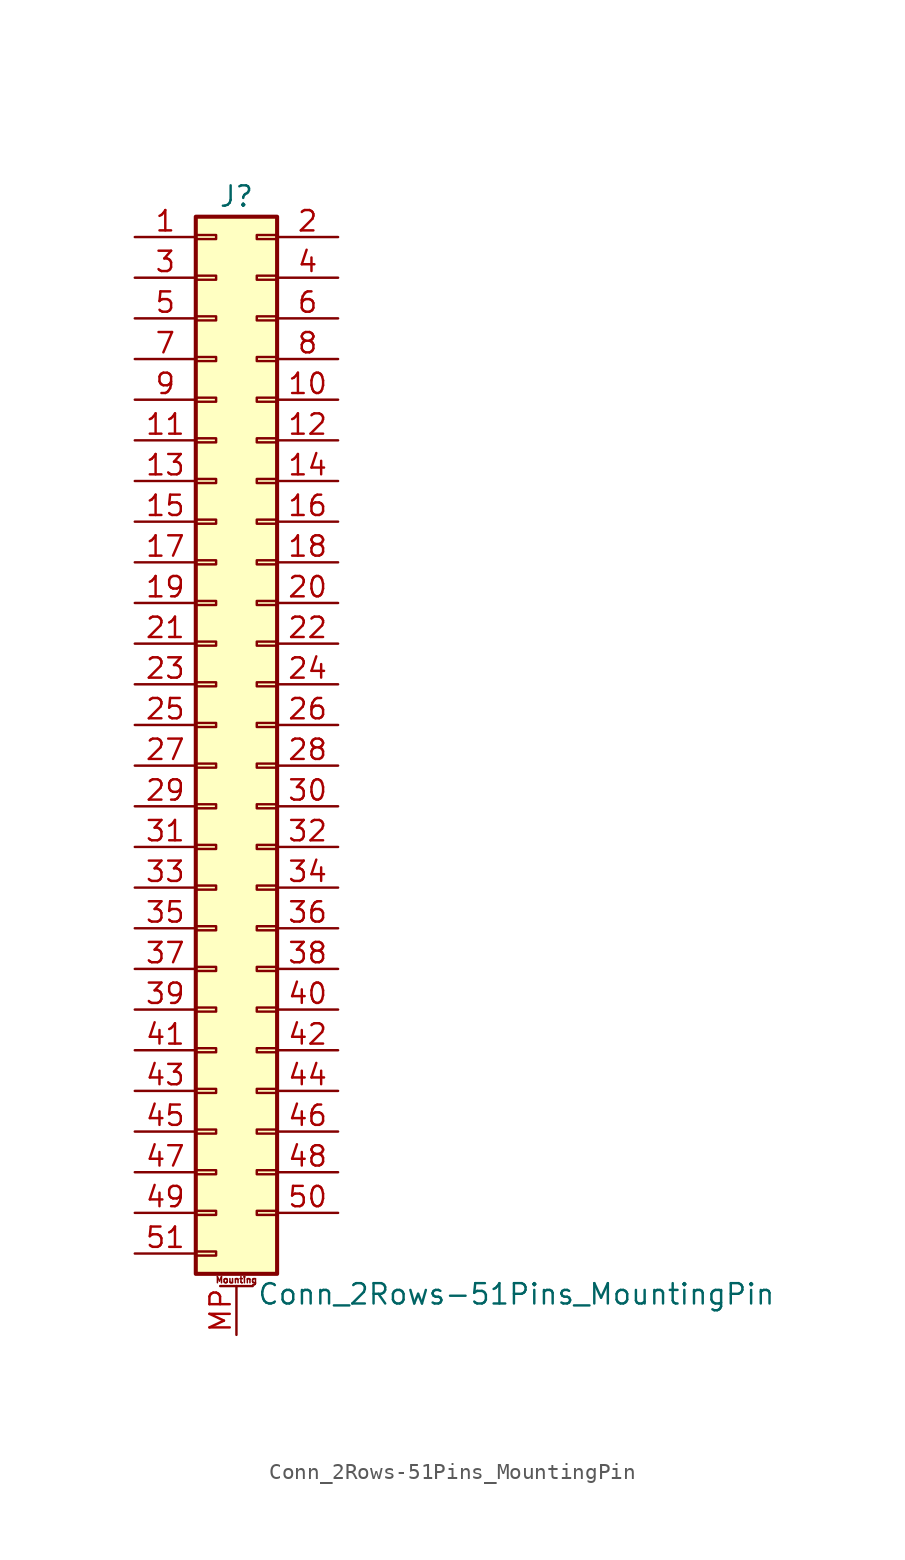
<source format=kicad_sym>
(kicad_symbol_lib
  (version 20201005)
  (generator kicad_symbol_editor)
  (symbol "Connector_Generic_MountingPin:Conn_2Rows-51Pins_MountingPin"
    (pin_names
      (offset 1.016) hide)
    (property "Reference" "J"
      (at 1.27 33.02 0)
      (effects (font (size 1.27 1.27))))
    (property "Value" "Conn_2Rows-51Pins_MountingPin"
      (at 2.54 -35.56 0)
      (effects (font (size 1.27 1.27)) (justify left)))
    (symbol "Conn_2Rows-51Pins_MountingPin_1_1"
      (text "Mounting" (at 1.27 -34.671 0) (effects (font (size 0.381 0.381))))
      (rectangle (start -1.27 -27.813) (end 0 -28.067) (stroke (width 0.152)) (fill (type none)))
      (rectangle (start -1.27 -30.353) (end 0 -30.607) (stroke (width 0.152)) (fill (type none)))
      (rectangle (start -1.27 -32.893) (end 0 -33.147) (stroke (width 0.152)) (fill (type none)))
      (rectangle (start -1.27 -4.953) (end 0 -5.207) (stroke (width 0.152)) (fill (type none)))
      (rectangle (start -1.27 -7.493) (end 0 -7.747) (stroke (width 0.152)) (fill (type none)))
      (rectangle (start -1.27 -10.033) (end 0 -10.287) (stroke (width 0.152)) (fill (type none)))
      (rectangle (start -1.27 -12.573) (end 0 -12.827) (stroke (width 0.152)) (fill (type none)))
      (rectangle (start -1.27 -15.113) (end 0 -15.367) (stroke (width 0.152)) (fill (type none)))
      (rectangle (start -1.27 -17.653) (end 0 -17.907) (stroke (width 0.152)) (fill (type none)))
      (rectangle (start -1.27 -20.193) (end 0 -20.447) (stroke (width 0.152)) (fill (type none)))
      (rectangle (start -1.27 -22.733) (end 0 -22.987) (stroke (width 0.152)) (fill (type none)))
      (rectangle (start -1.27 -2.413) (end 0 -2.667) (stroke (width 0.152)) (fill (type none)))
      (rectangle (start -1.27 -25.273) (end 0 -25.527) (stroke (width 0.152)) (fill (type none)))
      (rectangle (start -1.27 25.527) (end 0 25.273) (stroke (width 0.152)) (fill (type none)))
      (rectangle (start -1.27 2.667) (end 0 2.413) (stroke (width 0.152)) (fill (type none)))
      (rectangle (start -1.27 28.067) (end 0 27.813) (stroke (width 0.152)) (fill (type none)))
      (rectangle (start -1.27 30.607) (end 0 30.353) (stroke (width 0.152)) (fill (type none)))
      (rectangle (start -1.27 31.75) (end 3.81 -34.29) (stroke (width 0.254)) (fill (type background)))
      (rectangle (start -1.27 5.207) (end 0 4.953) (stroke (width 0.152)) (fill (type none)))
      (rectangle (start -1.27 7.747) (end 0 7.493) (stroke (width 0.152)) (fill (type none)))
      (rectangle (start -1.27 10.287) (end 0 10.033) (stroke (width 0.152)) (fill (type none)))
      (rectangle (start -1.27 0.127) (end 0 -0.127) (stroke (width 0.152)) (fill (type none)))
      (rectangle (start -1.27 12.827) (end 0 12.573) (stroke (width 0.152)) (fill (type none)))
      (rectangle (start -1.27 15.367) (end 0 15.113) (stroke (width 0.152)) (fill (type none)))
      (rectangle (start -1.27 17.907) (end 0 17.653) (stroke (width 0.152)) (fill (type none)))
      (rectangle (start -1.27 20.447) (end 0 20.193) (stroke (width 0.152)) (fill (type none)))
      (rectangle (start -1.27 22.987) (end 0 22.733) (stroke (width 0.152)) (fill (type none)))
      (rectangle (start 3.81 -27.813) (end 2.54 -28.067) (stroke (width 0.152)) (fill (type none)))
      (rectangle (start 3.81 -30.353) (end 2.54 -30.607) (stroke (width 0.152)) (fill (type none)))
      (rectangle (start 3.81 -4.953) (end 2.54 -5.207) (stroke (width 0.152)) (fill (type none)))
      (rectangle (start 3.81 -7.493) (end 2.54 -7.747) (stroke (width 0.152)) (fill (type none)))
      (rectangle (start 3.81 -10.033) (end 2.54 -10.287) (stroke (width 0.152)) (fill (type none)))
      (rectangle (start 3.81 -12.573) (end 2.54 -12.827) (stroke (width 0.152)) (fill (type none)))
      (rectangle (start 3.81 -15.113) (end 2.54 -15.367) (stroke (width 0.152)) (fill (type none)))
      (rectangle (start 3.81 -17.653) (end 2.54 -17.907) (stroke (width 0.152)) (fill (type none)))
      (rectangle (start 3.81 -20.193) (end 2.54 -20.447) (stroke (width 0.152)) (fill (type none)))
      (rectangle (start 3.81 -22.733) (end 2.54 -22.987) (stroke (width 0.152)) (fill (type none)))
      (rectangle (start 3.81 -2.413) (end 2.54 -2.667) (stroke (width 0.152)) (fill (type none)))
      (rectangle (start 3.81 -25.273) (end 2.54 -25.527) (stroke (width 0.152)) (fill (type none)))
      (rectangle (start 3.81 25.527) (end 2.54 25.273) (stroke (width 0.152)) (fill (type none)))
      (rectangle (start 3.81 2.667) (end 2.54 2.413) (stroke (width 0.152)) (fill (type none)))
      (rectangle (start 3.81 28.067) (end 2.54 27.813) (stroke (width 0.152)) (fill (type none)))
      (rectangle (start 3.81 30.607) (end 2.54 30.353) (stroke (width 0.152)) (fill (type none)))
      (rectangle (start 3.81 5.207) (end 2.54 4.953) (stroke (width 0.152)) (fill (type none)))
      (rectangle (start 3.81 7.747) (end 2.54 7.493) (stroke (width 0.152)) (fill (type none)))
      (rectangle (start 3.81 10.287) (end 2.54 10.033) (stroke (width 0.152)) (fill (type none)))
      (rectangle (start 3.81 0.127) (end 2.54 -0.127) (stroke (width 0.152)) (fill (type none)))
      (rectangle (start 3.81 12.827) (end 2.54 12.573) (stroke (width 0.152)) (fill (type none)))
      (rectangle (start 3.81 15.367) (end 2.54 15.113) (stroke (width 0.152)) (fill (type none)))
      (rectangle (start 3.81 17.907) (end 2.54 17.653) (stroke (width 0.152)) (fill (type none)))
      (rectangle (start 3.81 20.447) (end 2.54 20.193) (stroke (width 0.152)) (fill (type none)))
      (rectangle (start 3.81 22.987) (end 2.54 22.733) (stroke (width 0.152)) (fill (type none)))
      (polyline (pts (xy 0.254 -35.052) (xy 2.286 -35.052)) (stroke (width 0.152)) (fill (type none)))
      (pin passive line (at 1.27 -38.1 90) (length 3.048) (name "MountPin" (effects (font (size 1.27 1.27)))) (number "MP" (effects (font (size 1.27 1.27)))))
      (pin passive line (at -5.08 30.48 0) (length 3.81) (name "Pin_1" (effects (font (size 1.27 1.27)))) (number "1" (effects (font (size 1.27 1.27)))))
      (pin passive line (at 7.62 20.32 180) (length 3.81) (name "Pin_10" (effects (font (size 1.27 1.27)))) (number "10" (effects (font (size 1.27 1.27)))))
      (pin passive line (at -5.08 17.78 0) (length 3.81) (name "Pin_11" (effects (font (size 1.27 1.27)))) (number "11" (effects (font (size 1.27 1.27)))))
      (pin passive line (at 7.62 17.78 180) (length 3.81) (name "Pin_12" (effects (font (size 1.27 1.27)))) (number "12" (effects (font (size 1.27 1.27)))))
      (pin passive line (at -5.08 15.24 0) (length 3.81) (name "Pin_13" (effects (font (size 1.27 1.27)))) (number "13" (effects (font (size 1.27 1.27)))))
      (pin passive line (at 7.62 15.24 180) (length 3.81) (name "Pin_14" (effects (font (size 1.27 1.27)))) (number "14" (effects (font (size 1.27 1.27)))))
      (pin passive line (at -5.08 12.7 0) (length 3.81) (name "Pin_15" (effects (font (size 1.27 1.27)))) (number "15" (effects (font (size 1.27 1.27)))))
      (pin passive line (at 7.62 12.7 180) (length 3.81) (name "Pin_16" (effects (font (size 1.27 1.27)))) (number "16" (effects (font (size 1.27 1.27)))))
      (pin passive line (at -5.08 10.16 0) (length 3.81) (name "Pin_17" (effects (font (size 1.27 1.27)))) (number "17" (effects (font (size 1.27 1.27)))))
      (pin passive line (at 7.62 10.16 180) (length 3.81) (name "Pin_18" (effects (font (size 1.27 1.27)))) (number "18" (effects (font (size 1.27 1.27)))))
      (pin passive line (at -5.08 7.62 0) (length 3.81) (name "Pin_19" (effects (font (size 1.27 1.27)))) (number "19" (effects (font (size 1.27 1.27)))))
      (pin passive line (at 7.62 30.48 180) (length 3.81) (name "Pin_2" (effects (font (size 1.27 1.27)))) (number "2" (effects (font (size 1.27 1.27)))))
      (pin passive line (at 7.62 7.62 180) (length 3.81) (name "Pin_20" (effects (font (size 1.27 1.27)))) (number "20" (effects (font (size 1.27 1.27)))))
      (pin passive line (at -5.08 5.08 0) (length 3.81) (name "Pin_21" (effects (font (size 1.27 1.27)))) (number "21" (effects (font (size 1.27 1.27)))))
      (pin passive line (at 7.62 5.08 180) (length 3.81) (name "Pin_22" (effects (font (size 1.27 1.27)))) (number "22" (effects (font (size 1.27 1.27)))))
      (pin passive line (at -5.08 2.54 0) (length 3.81) (name "Pin_23" (effects (font (size 1.27 1.27)))) (number "23" (effects (font (size 1.27 1.27)))))
      (pin passive line (at 7.62 2.54 180) (length 3.81) (name "Pin_24" (effects (font (size 1.27 1.27)))) (number "24" (effects (font (size 1.27 1.27)))))
      (pin passive line (at -5.08 0 0) (length 3.81) (name "Pin_25" (effects (font (size 1.27 1.27)))) (number "25" (effects (font (size 1.27 1.27)))))
      (pin passive line (at 7.62 0 180) (length 3.81) (name "Pin_26" (effects (font (size 1.27 1.27)))) (number "26" (effects (font (size 1.27 1.27)))))
      (pin passive line (at -5.08 -2.54 0) (length 3.81) (name "Pin_27" (effects (font (size 1.27 1.27)))) (number "27" (effects (font (size 1.27 1.27)))))
      (pin passive line (at 7.62 -2.54 180) (length 3.81) (name "Pin_28" (effects (font (size 1.27 1.27)))) (number "28" (effects (font (size 1.27 1.27)))))
      (pin passive line (at -5.08 -5.08 0) (length 3.81) (name "Pin_29" (effects (font (size 1.27 1.27)))) (number "29" (effects (font (size 1.27 1.27)))))
      (pin passive line (at -5.08 27.94 0) (length 3.81) (name "Pin_3" (effects (font (size 1.27 1.27)))) (number "3" (effects (font (size 1.27 1.27)))))
      (pin passive line (at 7.62 -5.08 180) (length 3.81) (name "Pin_30" (effects (font (size 1.27 1.27)))) (number "30" (effects (font (size 1.27 1.27)))))
      (pin passive line (at -5.08 -7.62 0) (length 3.81) (name "Pin_31" (effects (font (size 1.27 1.27)))) (number "31" (effects (font (size 1.27 1.27)))))
      (pin passive line (at 7.62 -7.62 180) (length 3.81) (name "Pin_32" (effects (font (size 1.27 1.27)))) (number "32" (effects (font (size 1.27 1.27)))))
      (pin passive line (at -5.08 -10.16 0) (length 3.81) (name "Pin_33" (effects (font (size 1.27 1.27)))) (number "33" (effects (font (size 1.27 1.27)))))
      (pin passive line (at 7.62 -10.16 180) (length 3.81) (name "Pin_34" (effects (font (size 1.27 1.27)))) (number "34" (effects (font (size 1.27 1.27)))))
      (pin passive line (at -5.08 -12.7 0) (length 3.81) (name "Pin_35" (effects (font (size 1.27 1.27)))) (number "35" (effects (font (size 1.27 1.27)))))
      (pin passive line (at 7.62 -12.7 180) (length 3.81) (name "Pin_36" (effects (font (size 1.27 1.27)))) (number "36" (effects (font (size 1.27 1.27)))))
      (pin passive line (at -5.08 -15.24 0) (length 3.81) (name "Pin_37" (effects (font (size 1.27 1.27)))) (number "37" (effects (font (size 1.27 1.27)))))
      (pin passive line (at 7.62 -15.24 180) (length 3.81) (name "Pin_38" (effects (font (size 1.27 1.27)))) (number "38" (effects (font (size 1.27 1.27)))))
      (pin passive line (at -5.08 -17.78 0) (length 3.81) (name "Pin_39" (effects (font (size 1.27 1.27)))) (number "39" (effects (font (size 1.27 1.27)))))
      (pin passive line (at 7.62 27.94 180) (length 3.81) (name "Pin_4" (effects (font (size 1.27 1.27)))) (number "4" (effects (font (size 1.27 1.27)))))
      (pin passive line (at 7.62 -17.78 180) (length 3.81) (name "Pin_40" (effects (font (size 1.27 1.27)))) (number "40" (effects (font (size 1.27 1.27)))))
      (pin passive line (at -5.08 -20.32 0) (length 3.81) (name "Pin_41" (effects (font (size 1.27 1.27)))) (number "41" (effects (font (size 1.27 1.27)))))
      (pin passive line (at 7.62 -20.32 180) (length 3.81) (name "Pin_42" (effects (font (size 1.27 1.27)))) (number "42" (effects (font (size 1.27 1.27)))))
      (pin passive line (at -5.08 -22.86 0) (length 3.81) (name "Pin_43" (effects (font (size 1.27 1.27)))) (number "43" (effects (font (size 1.27 1.27)))))
      (pin passive line (at 7.62 -22.86 180) (length 3.81) (name "Pin_44" (effects (font (size 1.27 1.27)))) (number "44" (effects (font (size 1.27 1.27)))))
      (pin passive line (at -5.08 -25.4 0) (length 3.81) (name "Pin_45" (effects (font (size 1.27 1.27)))) (number "45" (effects (font (size 1.27 1.27)))))
      (pin passive line (at 7.62 -25.4 180) (length 3.81) (name "Pin_46" (effects (font (size 1.27 1.27)))) (number "46" (effects (font (size 1.27 1.27)))))
      (pin passive line (at -5.08 -27.94 0) (length 3.81) (name "Pin_47" (effects (font (size 1.27 1.27)))) (number "47" (effects (font (size 1.27 1.27)))))
      (pin passive line (at 7.62 -27.94 180) (length 3.81) (name "Pin_48" (effects (font (size 1.27 1.27)))) (number "48" (effects (font (size 1.27 1.27)))))
      (pin passive line (at -5.08 -30.48 0) (length 3.81) (name "Pin_49" (effects (font (size 1.27 1.27)))) (number "49" (effects (font (size 1.27 1.27)))))
      (pin passive line (at -5.08 25.4 0) (length 3.81) (name "Pin_5" (effects (font (size 1.27 1.27)))) (number "5" (effects (font (size 1.27 1.27)))))
      (pin passive line (at 7.62 -30.48 180) (length 3.81) (name "Pin_50" (effects (font (size 1.27 1.27)))) (number "50" (effects (font (size 1.27 1.27)))))
      (pin passive line (at -5.08 -33.02 0) (length 3.81) (name "Pin_51" (effects (font (size 1.27 1.27)))) (number "51" (effects (font (size 1.27 1.27)))))
      (pin passive line (at 7.62 25.4 180) (length 3.81) (name "Pin_6" (effects (font (size 1.27 1.27)))) (number "6" (effects (font (size 1.27 1.27)))))
      (pin passive line (at -5.08 22.86 0) (length 3.81) (name "Pin_7" (effects (font (size 1.27 1.27)))) (number "7" (effects (font (size 1.27 1.27)))))
      (pin passive line (at 7.62 22.86 180) (length 3.81) (name "Pin_8" (effects (font (size 1.27 1.27)))) (number "8" (effects (font (size 1.27 1.27)))))
      (pin passive line (at -5.08 20.32 0) (length 3.81) (name "Pin_9" (effects (font (size 1.27 1.27)))) (number "9" (effects (font (size 1.27 1.27))))))))
</source>
